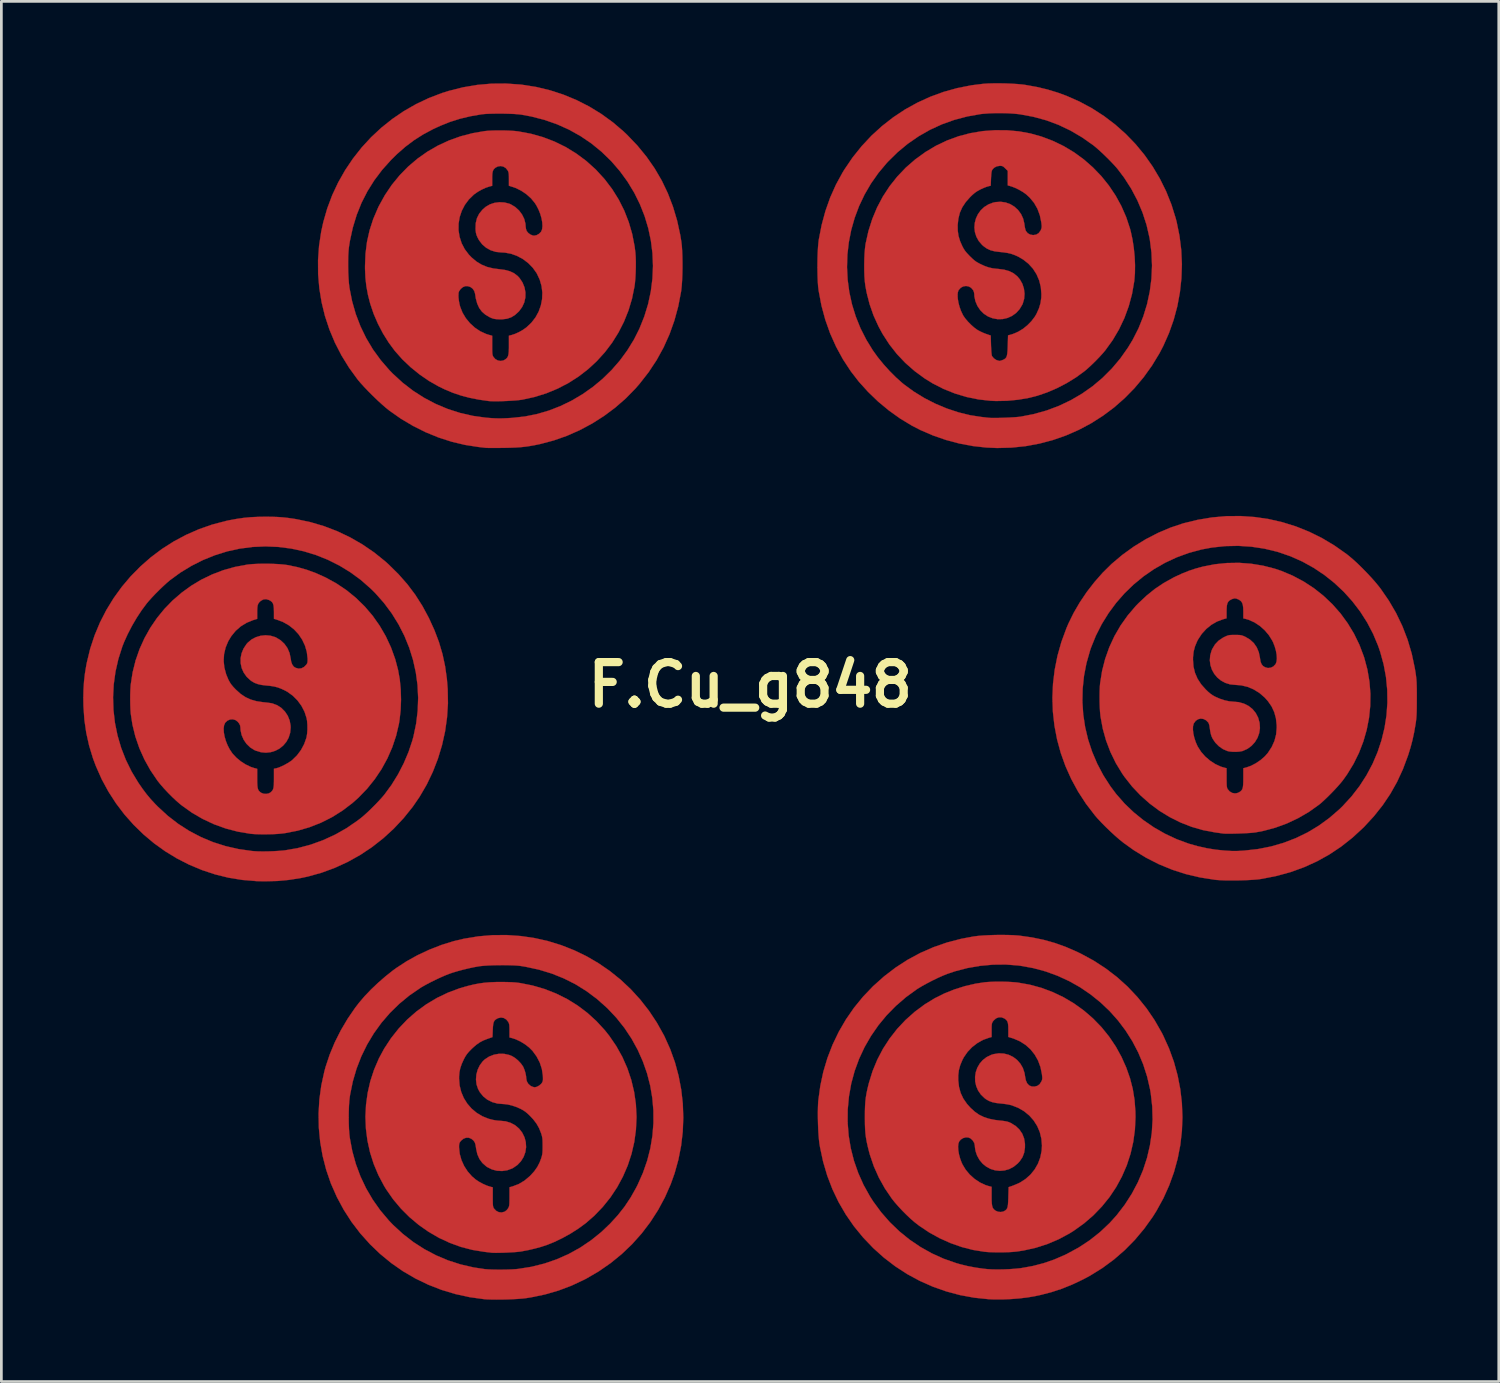
<source format=kicad_pcb>
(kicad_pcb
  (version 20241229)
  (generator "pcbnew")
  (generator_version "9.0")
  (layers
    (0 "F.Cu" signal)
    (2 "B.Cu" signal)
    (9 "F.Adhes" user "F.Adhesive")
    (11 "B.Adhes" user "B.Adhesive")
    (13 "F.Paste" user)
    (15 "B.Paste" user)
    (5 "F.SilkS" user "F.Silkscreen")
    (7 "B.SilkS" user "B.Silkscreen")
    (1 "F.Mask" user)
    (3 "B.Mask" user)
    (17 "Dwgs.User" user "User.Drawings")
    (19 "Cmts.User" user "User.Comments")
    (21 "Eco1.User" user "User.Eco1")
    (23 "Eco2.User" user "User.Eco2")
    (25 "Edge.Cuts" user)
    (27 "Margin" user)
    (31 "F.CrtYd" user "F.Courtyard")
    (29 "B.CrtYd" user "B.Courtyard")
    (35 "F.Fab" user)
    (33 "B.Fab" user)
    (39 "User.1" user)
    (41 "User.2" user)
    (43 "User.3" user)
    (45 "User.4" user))
  (footprint "F.Cu_g848"
    (layer "F.Cu")
    (at 24.455 22.058)
    (property "Reference" "F.Cu_g848" (at 0 0 0) (layer "F.SilkS") (effects (font (size 1.524 1.524) (thickness 0.3))))
    (attr through_hole)
    (fp_poly (pts (xy 9.443 9.17) (xy 9.651 9.177) (xy 9.833 9.19) (xy 9.885 9.196) (xy 10.336 9.26) (xy 10.762 9.349) (xy 11.173 9.465) (xy 11.58 9.612) (xy 11.992 9.792) (xy 12.118 9.853) (xy 12.586 10.107) (xy 13.03 10.395) (xy 13.447 10.714) (xy 13.836 11.065) (xy 14.195 11.446) (xy 14.524 11.854) (xy 14.821 12.289) (xy 15.085 12.75) (xy 15.135 12.848) (xy 15.352 13.328) (xy 15.53 13.818) (xy 15.667 14.318) (xy 15.765 14.824) (xy 15.824 15.334) (xy 15.844 15.846) (xy 15.824 16.357) (xy 15.766 16.866) (xy 15.669 17.368) (xy 15.533 17.863) (xy 15.358 18.348) (xy 15.146 18.82) (xy 14.894 19.278) (xy 14.754 19.502) (xy 14.442 19.937) (xy 14.101 20.344) (xy 13.731 20.72) (xy 13.334 21.065) (xy 12.911 21.377) (xy 12.463 21.655) (xy 12.202 21.795) (xy 11.808 21.982) (xy 11.422 22.138) (xy 11.031 22.266) (xy 10.621 22.371) (xy 10.424 22.413) (xy 10.155 22.458) (xy 9.858 22.493) (xy 9.548 22.517) (xy 9.237 22.53) (xy 8.939 22.53) (xy 8.738 22.521) (xy 8.21 22.466) (xy 7.692 22.371) (xy 7.185 22.235) (xy 6.691 22.061) (xy 6.214 21.849) (xy 5.753 21.6) (xy 5.313 21.314) (xy 4.895 20.994) (xy 4.511 20.649) (xy 4.138 20.259) (xy 3.801 19.847) (xy 3.501 19.413) (xy 3.237 18.959) (xy 3.011 18.485) (xy 2.822 17.991) (xy 2.671 17.479) (xy 2.558 16.95) (xy 2.536 16.817) (xy 2.519 16.675) (xy 2.504 16.5) (xy 2.492 16.303) (xy 2.484 16.092) (xy 2.483 16.046) (xy 3.57 16.046) (xy 3.607 16.52) (xy 3.685 16.989) (xy 3.802 17.448) (xy 3.959 17.897) (xy 4.154 18.333) (xy 4.388 18.753) (xy 4.51 18.943) (xy 4.799 19.335) (xy 5.118 19.699) (xy 5.465 20.033) (xy 5.837 20.335) (xy 6.234 20.604) (xy 6.652 20.839) (xy 7.089 21.037) (xy 7.544 21.197) (xy 7.695 21.24) (xy 7.968 21.307) (xy 8.263 21.363) (xy 8.557 21.405) (xy 8.7 21.419) (xy 8.869 21.429) (xy 9.068 21.432) (xy 9.283 21.429) (xy 9.501 21.42) (xy 9.71 21.405) (xy 9.896 21.386) (xy 9.948 21.379) (xy 10.365 21.303) (xy 10.759 21.2) (xy 11.144 21.067) (xy 11.531 20.899) (xy 11.61 20.861) (xy 12.041 20.627) (xy 12.446 20.36) (xy 12.824 20.06) (xy 13.174 19.73) (xy 13.434 19.442) (xy 13.73 19.057) (xy 13.99 18.652) (xy 14.213 18.23) (xy 14.399 17.792) (xy 14.546 17.341) (xy 14.653 16.88) (xy 14.722 16.411) (xy 14.75 15.935) (xy 14.737 15.457) (xy 14.683 14.977) (xy 14.657 14.826) (xy 14.55 14.36) (xy 14.405 13.91) (xy 14.224 13.477) (xy 14.008 13.064) (xy 13.76 12.672) (xy 13.482 12.303) (xy 13.175 11.959) (xy 12.84 11.641) (xy 12.481 11.351) (xy 12.099 11.09) (xy 11.695 10.862) (xy 11.272 10.667) (xy 10.831 10.506) (xy 10.375 10.383) (xy 9.904 10.298) (xy 9.821 10.287) (xy 9.363 10.252) (xy 8.897 10.257) (xy 8.429 10.3) (xy 7.965 10.38) (xy 7.512 10.498) (xy 7.225 10.594) (xy 7.062 10.66) (xy 6.875 10.743) (xy 6.679 10.838) (xy 6.483 10.94) (xy 6.3 11.041) (xy 6.142 11.136) (xy 6.096 11.166) (xy 5.703 11.452) (xy 5.338 11.768) (xy 5.002 12.11) (xy 4.698 12.478) (xy 4.427 12.869) (xy 4.19 13.28) (xy 3.99 13.709) (xy 3.827 14.154) (xy 3.703 14.609) (xy 3.618 15.088) (xy 3.573 15.567) (xy 3.57 16.046) (xy 2.483 16.046) (xy 2.479 15.877) (xy 2.478 15.669) (xy 2.482 15.476) (xy 2.489 15.309) (xy 2.496 15.229) (xy 2.568 14.699) (xy 2.679 14.181) (xy 2.83 13.677) (xy 3.019 13.189) (xy 3.245 12.718) (xy 3.507 12.267) (xy 3.804 11.837) (xy 4.136 11.431) (xy 4.501 11.049) (xy 4.503 11.047) (xy 4.907 10.686) (xy 5.331 10.362) (xy 5.774 10.075) (xy 6.236 9.827) (xy 6.718 9.616) (xy 7.218 9.443) (xy 7.738 9.308) (xy 8.181 9.225) (xy 8.343 9.204) (xy 8.538 9.188) (xy 8.755 9.177) (xy 8.985 9.169) (xy 9.217 9.167) (xy 9.443 9.17)) (stroke (width 0.01) (type solid)) (fill yes) (layer "F.Cu"))
    (fp_poly (pts (xy -17.543 -6.162) (xy -17.335 -6.155) (xy -17.143 -6.142) (xy -16.953 -6.121) (xy -16.754 -6.093) (xy -16.637 -6.074) (xy -16.128 -5.967) (xy -15.628 -5.819) (xy -15.142 -5.633) (xy -14.671 -5.409) (xy -14.219 -5.149) (xy -13.789 -4.855) (xy -13.384 -4.529) (xy -13.261 -4.418) (xy -12.898 -4.06) (xy -12.573 -3.691) (xy -12.281 -3.303) (xy -12.019 -2.892) (xy -11.783 -2.453) (xy -11.779 -2.445) (xy -11.577 -2.002) (xy -11.412 -1.566) (xy -11.283 -1.128) (xy -11.187 -0.682) (xy -11.122 -0.218) (xy -11.092 0.157) (xy -11.083 0.675) (xy -11.116 1.191) (xy -11.188 1.704) (xy -11.3 2.209) (xy -11.45 2.704) (xy -11.637 3.186) (xy -11.86 3.652) (xy -12.119 4.097) (xy -12.377 4.473) (xy -12.71 4.887) (xy -13.071 5.272) (xy -13.458 5.626) (xy -13.869 5.948) (xy -14.302 6.236) (xy -14.755 6.489) (xy -15.225 6.705) (xy -15.71 6.884) (xy -16.209 7.024) (xy -16.465 7.079) (xy -16.907 7.149) (xy -17.353 7.19) (xy -17.815 7.201) (xy -18.108 7.194) (xy -18.622 7.151) (xy -19.126 7.069) (xy -19.62 6.947) (xy -20.101 6.788) (xy -20.567 6.593) (xy -21.016 6.364) (xy -21.446 6.102) (xy -21.856 5.808) (xy -22.243 5.483) (xy -22.606 5.13) (xy -22.943 4.75) (xy -23.251 4.344) (xy -23.529 3.914) (xy -23.775 3.461) (xy -23.986 2.986) (xy -24.095 2.696) (xy -24.236 2.234) (xy -24.341 1.765) (xy -24.411 1.285) (xy -24.445 0.788) (xy -24.45 0.519) (xy -24.449 0.455) (xy -23.36 0.455) (xy -23.345 0.926) (xy -23.291 1.393) (xy -23.197 1.854) (xy -23.064 2.307) (xy -22.892 2.748) (xy -22.682 3.176) (xy -22.434 3.587) (xy -22.426 3.598) (xy -22.276 3.815) (xy -22.132 4.006) (xy -21.984 4.184) (xy -21.82 4.361) (xy -21.717 4.466) (xy -21.356 4.798) (xy -20.973 5.094) (xy -20.568 5.354) (xy -20.144 5.577) (xy -19.701 5.763) (xy -19.241 5.91) (xy -18.765 6.019) (xy -18.276 6.089) (xy -18.182 6.097) (xy -18.041 6.105) (xy -17.87 6.107) (xy -17.681 6.105) (xy -17.485 6.098) (xy -17.296 6.087) (xy -17.126 6.073) (xy -17.041 6.063) (xy -16.573 5.98) (xy -16.112 5.857) (xy -15.662 5.694) (xy -15.225 5.493) (xy -14.805 5.256) (xy -14.405 4.982) (xy -14.266 4.876) (xy -14.154 4.781) (xy -14.023 4.662) (xy -13.883 4.527) (xy -13.742 4.386) (xy -13.609 4.246) (xy -13.492 4.117) (xy -13.412 4.022) (xy -13.15 3.665) (xy -12.913 3.281) (xy -12.705 2.877) (xy -12.529 2.463) (xy -12.389 2.045) (xy -12.348 1.895) (xy -12.249 1.423) (xy -12.192 0.949) (xy -12.175 0.476) (xy -12.198 0.006) (xy -12.261 -0.458) (xy -12.363 -0.916) (xy -12.502 -1.362) (xy -12.679 -1.797) (xy -12.893 -2.217) (xy -13.142 -2.619) (xy -13.427 -3.002) (xy -13.746 -3.363) (xy -13.908 -3.524) (xy -14.27 -3.842) (xy -14.655 -4.125) (xy -15.06 -4.373) (xy -15.482 -4.585) (xy -15.92 -4.76) (xy -16.37 -4.898) (xy -16.831 -4.997) (xy -17.299 -5.057) (xy -17.772 -5.077) (xy -18.247 -5.056) (xy -18.717 -4.995) (xy -19.174 -4.895) (xy -19.625 -4.754) (xy -20.065 -4.576) (xy -20.491 -4.361) (xy -20.897 -4.114) (xy -21.273 -3.839) (xy -21.386 -3.743) (xy -21.517 -3.623) (xy -21.658 -3.488) (xy -21.8 -3.346) (xy -21.933 -3.206) (xy -22.05 -3.077) (xy -22.127 -2.985) (xy -22.313 -2.735) (xy -22.495 -2.458) (xy -22.667 -2.164) (xy -22.822 -1.865) (xy -22.954 -1.574) (xy -23.019 -1.411) (xy -23.165 -0.952) (xy -23.271 -0.487) (xy -23.336 -0.017) (xy -23.36 0.455) (xy -24.449 0.455) (xy -24.444 0.187) (xy -24.425 -0.119) (xy -24.391 -0.417) (xy -24.341 -0.721) (xy -24.32 -0.826) (xy -24.197 -1.331) (xy -24.035 -1.821) (xy -23.837 -2.294) (xy -23.604 -2.748) (xy -23.338 -3.181) (xy -23.04 -3.593) (xy -22.713 -3.98) (xy -22.357 -4.341) (xy -21.976 -4.676) (xy -21.57 -4.981) (xy -21.141 -5.255) (xy -20.691 -5.496) (xy -20.221 -5.703) (xy -19.734 -5.874) (xy -19.231 -6.007) (xy -19.113 -6.033) (xy -18.835 -6.084) (xy -18.574 -6.122) (xy -18.314 -6.147) (xy -18.041 -6.16) (xy -17.78 -6.164) (xy -17.543 -6.162)) (stroke (width 0.01) (type solid)) (fill yes) (layer "F.Cu"))
    (fp_poly (pts (xy 9.361 -22.049) (xy 9.582 -22.04) (xy 9.79 -22.027) (xy 9.974 -22.01) (xy 10.086 -21.995) (xy 10.504 -21.92) (xy 10.895 -21.827) (xy 11.27 -21.713) (xy 11.589 -21.596) (xy 12.072 -21.383) (xy 12.533 -21.134) (xy 12.97 -20.852) (xy 13.383 -20.538) (xy 13.769 -20.194) (xy 14.128 -19.822) (xy 14.456 -19.424) (xy 14.753 -19.001) (xy 15.018 -18.555) (xy 15.248 -18.089) (xy 15.442 -17.604) (xy 15.598 -17.102) (xy 15.632 -16.97) (xy 15.736 -16.46) (xy 15.8 -15.944) (xy 15.824 -15.426) (xy 15.807 -14.908) (xy 15.751 -14.393) (xy 15.657 -13.884) (xy 15.523 -13.385) (xy 15.351 -12.898) (xy 15.142 -12.426) (xy 15.003 -12.16) (xy 14.727 -11.705) (xy 14.421 -11.278) (xy 14.086 -10.879) (xy 13.724 -10.51) (xy 13.338 -10.171) (xy 12.928 -9.865) (xy 12.497 -9.591) (xy 12.047 -9.351) (xy 11.58 -9.146) (xy 11.097 -8.977) (xy 10.602 -8.846) (xy 10.095 -8.752) (xy 9.578 -8.698) (xy 9.054 -8.684) (xy 8.653 -8.701) (xy 8.159 -8.756) (xy 7.664 -8.849) (xy 7.175 -8.979) (xy 6.699 -9.144) (xy 6.242 -9.341) (xy 5.927 -9.503) (xy 5.497 -9.763) (xy 5.083 -10.059) (xy 4.688 -10.386) (xy 4.319 -10.741) (xy 3.979 -11.118) (xy 3.689 -11.493) (xy 3.398 -11.937) (xy 3.145 -12.401) (xy 2.929 -12.884) (xy 2.751 -13.386) (xy 2.61 -13.907) (xy 2.508 -14.446) (xy 2.505 -14.467) (xy 2.488 -14.608) (xy 2.476 -14.781) (xy 2.468 -14.98) (xy 2.464 -15.195) (xy 2.463 -15.314) (xy 3.547 -15.314) (xy 3.57 -14.856) (xy 3.631 -14.4) (xy 3.73 -13.949) (xy 3.867 -13.506) (xy 4.042 -13.071) (xy 4.256 -12.65) (xy 4.492 -12.266) (xy 4.675 -12.012) (xy 4.883 -11.756) (xy 5.108 -11.507) (xy 5.339 -11.275) (xy 5.568 -11.071) (xy 5.63 -11.02) (xy 5.993 -10.754) (xy 6.38 -10.516) (xy 6.787 -10.308) (xy 7.207 -10.132) (xy 7.635 -9.99) (xy 8.065 -9.885) (xy 8.467 -9.823) (xy 8.564 -9.812) (xy 8.654 -9.801) (xy 8.722 -9.794) (xy 8.742 -9.791) (xy 8.813 -9.787) (xy 8.917 -9.785) (xy 9.047 -9.786) (xy 9.193 -9.789) (xy 9.347 -9.794) (xy 9.5 -9.801) (xy 9.645 -9.809) (xy 9.771 -9.818) (xy 9.871 -9.828) (xy 9.906 -9.832) (xy 10.393 -9.927) (xy 10.864 -10.059) (xy 11.317 -10.229) (xy 11.75 -10.435) (xy 12.162 -10.676) (xy 12.552 -10.95) (xy 12.916 -11.257) (xy 13.254 -11.595) (xy 13.565 -11.964) (xy 13.845 -12.361) (xy 14.019 -12.648) (xy 14.233 -13.069) (xy 14.409 -13.508) (xy 14.548 -13.96) (xy 14.647 -14.423) (xy 14.708 -14.894) (xy 14.729 -15.37) (xy 14.709 -15.846) (xy 14.649 -16.321) (xy 14.636 -16.395) (xy 14.529 -16.861) (xy 14.381 -17.316) (xy 14.194 -17.759) (xy 13.969 -18.186) (xy 13.707 -18.595) (xy 13.476 -18.902) (xy 13.383 -19.011) (xy 13.265 -19.138) (xy 13.131 -19.276) (xy 12.988 -19.416) (xy 12.846 -19.55) (xy 12.712 -19.67) (xy 12.595 -19.768) (xy 12.562 -19.793) (xy 12.154 -20.079) (xy 11.734 -20.325) (xy 11.3 -20.531) (xy 10.851 -20.698) (xy 10.386 -20.825) (xy 9.903 -20.915) (xy 9.832 -20.925) (xy 9.647 -20.943) (xy 9.433 -20.956) (xy 9.204 -20.961) (xy 8.973 -20.96) (xy 8.75 -20.952) (xy 8.55 -20.937) (xy 8.445 -20.926) (xy 7.956 -20.839) (xy 7.482 -20.714) (xy 7.026 -20.551) (xy 6.589 -20.35) (xy 6.172 -20.112) (xy 5.775 -19.838) (xy 5.401 -19.528) (xy 5.05 -19.183) (xy 5.002 -19.131) (xy 4.695 -18.764) (xy 4.423 -18.377) (xy 4.188 -17.972) (xy 3.989 -17.552) (xy 3.827 -17.12) (xy 3.701 -16.677) (xy 3.613 -16.227) (xy 3.561 -15.772) (xy 3.547 -15.314) (xy 2.463 -15.314) (xy 2.463 -15.417) (xy 2.466 -15.639) (xy 2.473 -15.851) (xy 2.484 -16.045) (xy 2.499 -16.213) (xy 2.512 -16.32) (xy 2.617 -16.86) (xy 2.757 -17.376) (xy 2.932 -17.87) (xy 3.143 -18.342) (xy 3.39 -18.793) (xy 3.451 -18.892) (xy 3.753 -19.336) (xy 4.085 -19.75) (xy 4.444 -20.134) (xy 4.83 -20.486) (xy 5.24 -20.806) (xy 5.672 -21.093) (xy 6.126 -21.344) (xy 6.598 -21.56) (xy 7.088 -21.739) (xy 7.594 -21.88) (xy 8.113 -21.982) (xy 8.55 -22.036) (xy 8.72 -22.047) (xy 8.919 -22.052) (xy 9.136 -22.053) (xy 9.361 -22.049)) (stroke (width 0.01) (type solid)) (fill yes) (layer "F.Cu"))
    (fp_poly (pts (xy -8.412 9.208) (xy -7.907 9.282) (xy -7.412 9.394) (xy -6.929 9.543) (xy -6.459 9.728) (xy -6.005 9.947) (xy -5.569 10.201) (xy -5.152 10.487) (xy -4.756 10.805) (xy -4.384 11.154) (xy -4.037 11.534) (xy -3.717 11.942) (xy -3.427 12.379) (xy -3.167 12.843) (xy -3.146 12.885) (xy -2.935 13.354) (xy -2.761 13.838) (xy -2.627 14.334) (xy -2.531 14.839) (xy -2.473 15.351) (xy -2.455 15.866) (xy -2.475 16.381) (xy -2.535 16.894) (xy -2.634 17.401) (xy -2.772 17.899) (xy -2.914 18.299) (xy -3.129 18.786) (xy -3.379 19.251) (xy -3.664 19.693) (xy -3.981 20.11) (xy -4.33 20.501) (xy -4.709 20.863) (xy -5.117 21.196) (xy -5.552 21.498) (xy -6.013 21.767) (xy -6.089 21.806) (xy -6.553 22.024) (xy -7.03 22.204) (xy -7.524 22.347) (xy -8.038 22.454) (xy -8.208 22.481) (xy -8.341 22.497) (xy -8.507 22.51) (xy -8.695 22.521) (xy -8.897 22.529) (xy -9.103 22.534) (xy -9.302 22.535) (xy -9.487 22.533) (xy -9.647 22.528) (xy -9.758 22.52) (xy -10.291 22.446) (xy -10.811 22.332) (xy -11.316 22.18) (xy -11.806 21.989) (xy -12.278 21.761) (xy -12.731 21.496) (xy -13.163 21.195) (xy -13.572 20.859) (xy -13.938 20.508) (xy -14.295 20.11) (xy -14.617 19.688) (xy -14.904 19.242) (xy -15.155 18.776) (xy -15.369 18.29) (xy -15.377 18.271) (xy -15.546 17.778) (xy -15.676 17.273) (xy -15.766 16.76) (xy -15.816 16.24) (xy -15.823 15.862) (xy -14.721 15.862) (xy -14.719 16.077) (xy -14.711 16.282) (xy -14.698 16.464) (xy -14.682 16.605) (xy -14.59 17.094) (xy -14.459 17.567) (xy -14.29 18.022) (xy -14.083 18.458) (xy -13.84 18.873) (xy -13.561 19.268) (xy -13.246 19.64) (xy -13.092 19.801) (xy -12.732 20.132) (xy -12.35 20.428) (xy -11.945 20.688) (xy -11.521 20.912) (xy -11.078 21.099) (xy -10.618 21.247) (xy -10.142 21.357) (xy -9.737 21.418) (xy -9.612 21.428) (xy -9.456 21.435) (xy -9.279 21.438) (xy -9.092 21.438) (xy -8.906 21.435) (xy -8.731 21.428) (xy -8.578 21.418) (xy -8.501 21.41) (xy -8.018 21.333) (xy -7.549 21.215) (xy -7.095 21.059) (xy -6.657 20.865) (xy -6.238 20.633) (xy -5.839 20.364) (xy -5.461 20.06) (xy -5.132 19.746) (xy -4.853 19.44) (xy -4.607 19.127) (xy -4.387 18.797) (xy -4.186 18.44) (xy -4.129 18.329) (xy -3.934 17.889) (xy -3.778 17.441) (xy -3.662 16.985) (xy -3.586 16.525) (xy -3.549 16.063) (xy -3.551 15.602) (xy -3.591 15.143) (xy -3.668 14.689) (xy -3.783 14.243) (xy -3.936 13.807) (xy -4.124 13.383) (xy -4.349 12.973) (xy -4.609 12.581) (xy -4.905 12.208) (xy -5.236 11.857) (xy -5.253 11.841) (xy -5.619 11.515) (xy -6.004 11.227) (xy -6.409 10.975) (xy -6.834 10.761) (xy -7.28 10.582) (xy -7.747 10.44) (xy -8.238 10.334) (xy -8.414 10.305) (xy -8.529 10.292) (xy -8.677 10.283) (xy -8.85 10.278) (xy -9.039 10.275) (xy -9.234 10.276) (xy -9.427 10.28) (xy -9.608 10.287) (xy -9.77 10.298) (xy -9.903 10.311) (xy -9.938 10.316) (xy -10.118 10.348) (xy -10.32 10.391) (xy -10.529 10.441) (xy -10.732 10.496) (xy -10.916 10.551) (xy -11.04 10.594) (xy -11.189 10.653) (xy -11.36 10.728) (xy -11.543 10.814) (xy -11.725 10.904) (xy -11.896 10.994) (xy -12.043 11.077) (xy -12.095 11.11) (xy -12.497 11.386) (xy -12.87 11.694) (xy -13.212 12.029) (xy -13.524 12.391) (xy -13.803 12.778) (xy -14.048 13.187) (xy -14.259 13.618) (xy -14.433 14.067) (xy -14.57 14.534) (xy -14.669 15.017) (xy -14.682 15.102) (xy -14.7 15.256) (xy -14.712 15.44) (xy -14.719 15.646) (xy -14.721 15.862) (xy -15.823 15.862) (xy -15.826 15.719) (xy -15.796 15.197) (xy -15.725 14.68) (xy -15.613 14.169) (xy -15.566 13.996) (xy -15.417 13.55) (xy -15.231 13.103) (xy -15.01 12.664) (xy -14.759 12.239) (xy -14.483 11.836) (xy -14.341 11.652) (xy -14.137 11.413) (xy -13.903 11.168) (xy -13.646 10.924) (xy -13.376 10.689) (xy -13.102 10.471) (xy -12.975 10.379) (xy -12.596 10.131) (xy -12.188 9.905) (xy -11.758 9.705) (xy -11.316 9.533) (xy -10.869 9.394) (xy -10.492 9.305) (xy -9.967 9.219) (xy -9.444 9.175) (xy -8.925 9.172) (xy -8.412 9.208)) (stroke (width 0.01) (type solid)) (fill yes) (layer "F.Cu"))
    (fp_poly (pts (xy 18.498 -6.153) (xy 19.011 -6.077) (xy 19.516 -5.961) (xy 20.012 -5.806) (xy 20.496 -5.611) (xy 20.966 -5.378) (xy 21.421 -5.106) (xy 21.859 -4.797) (xy 21.932 -4.74) (xy 22.083 -4.613) (xy 22.251 -4.461) (xy 22.427 -4.289) (xy 22.605 -4.107) (xy 22.777 -3.923) (xy 22.934 -3.744) (xy 23.069 -3.578) (xy 23.105 -3.531) (xy 23.411 -3.088) (xy 23.679 -2.628) (xy 23.908 -2.15) (xy 24.098 -1.656) (xy 24.25 -1.144) (xy 24.362 -0.616) (xy 24.387 -0.466) (xy 24.402 -0.365) (xy 24.413 -0.274) (xy 24.422 -0.186) (xy 24.428 -0.092) (xy 24.432 0.014) (xy 24.435 0.14) (xy 24.436 0.292) (xy 24.436 0.478) (xy 24.436 0.508) (xy 24.435 0.703) (xy 24.434 0.864) (xy 24.431 0.995) (xy 24.426 1.106) (xy 24.42 1.201) (xy 24.411 1.289) (xy 24.4 1.377) (xy 24.39 1.44) (xy 24.338 1.74) (xy 24.279 2.015) (xy 24.209 2.282) (xy 24.124 2.56) (xy 24.109 2.603) (xy 23.926 3.093) (xy 23.712 3.556) (xy 23.465 3.995) (xy 23.183 4.414) (xy 22.864 4.815) (xy 22.507 5.202) (xy 22.47 5.239) (xy 22.076 5.602) (xy 21.663 5.928) (xy 21.23 6.217) (xy 20.777 6.469) (xy 20.304 6.684) (xy 19.809 6.863) (xy 19.292 7.005) (xy 18.754 7.111) (xy 18.723 7.116) (xy 18.589 7.133) (xy 18.423 7.146) (xy 18.232 7.157) (xy 18.026 7.164) (xy 17.813 7.169) (xy 17.603 7.169) (xy 17.405 7.167) (xy 17.227 7.16) (xy 17.078 7.15) (xy 17.029 7.144) (xy 16.489 7.059) (xy 15.968 6.936) (xy 15.467 6.775) (xy 14.983 6.576) (xy 14.516 6.339) (xy 14.064 6.062) (xy 13.696 5.799) (xy 13.545 5.679) (xy 13.378 5.534) (xy 13.203 5.373) (xy 13.029 5.205) (xy 12.865 5.039) (xy 12.72 4.883) (xy 12.632 4.78) (xy 12.307 4.356) (xy 12.019 3.913) (xy 11.769 3.454) (xy 11.557 2.981) (xy 11.383 2.495) (xy 11.248 2) (xy 11.152 1.497) (xy 11.095 0.988) (xy 11.082 0.614) (xy 12.176 0.614) (xy 12.207 1.084) (xy 12.277 1.548) (xy 12.386 2.006) (xy 12.534 2.454) (xy 12.72 2.891) (xy 12.943 3.313) (xy 13.204 3.719) (xy 13.414 4) (xy 13.718 4.347) (xy 14.054 4.669) (xy 14.419 4.964) (xy 14.807 5.23) (xy 15.216 5.463) (xy 15.641 5.661) (xy 16.078 5.822) (xy 16.396 5.912) (xy 16.736 5.988) (xy 17.062 6.041) (xy 17.378 6.073) (xy 17.52 6.082) (xy 17.632 6.089) (xy 17.728 6.091) (xy 17.818 6.091) (xy 17.917 6.087) (xy 18.036 6.08) (xy 18.119 6.074) (xy 18.612 6.019) (xy 19.091 5.924) (xy 19.555 5.79) (xy 20.002 5.618) (xy 20.432 5.409) (xy 20.842 5.162) (xy 21.232 4.878) (xy 21.6 4.559) (xy 21.717 4.445) (xy 22.043 4.09) (xy 22.335 3.712) (xy 22.591 3.315) (xy 22.812 2.9) (xy 22.996 2.47) (xy 23.143 2.028) (xy 23.253 1.576) (xy 23.325 1.117) (xy 23.358 0.652) (xy 23.352 0.185) (xy 23.307 -0.283) (xy 23.221 -0.748) (xy 23.095 -1.208) (xy 23.018 -1.432) (xy 22.835 -1.87) (xy 22.615 -2.29) (xy 22.361 -2.688) (xy 22.074 -3.063) (xy 21.759 -3.413) (xy 21.415 -3.736) (xy 21.047 -4.029) (xy 20.655 -4.291) (xy 20.243 -4.52) (xy 19.812 -4.712) (xy 19.365 -4.867) (xy 19.318 -4.881) (xy 18.849 -4.994) (xy 18.372 -5.066) (xy 17.891 -5.097) (xy 17.408 -5.087) (xy 16.927 -5.035) (xy 16.535 -4.962) (xy 16.078 -4.838) (xy 15.635 -4.676) (xy 15.21 -4.478) (xy 14.803 -4.245) (xy 14.418 -3.979) (xy 14.056 -3.682) (xy 13.72 -3.357) (xy 13.411 -3.004) (xy 13.132 -2.626) (xy 12.884 -2.225) (xy 12.67 -1.803) (xy 12.492 -1.362) (xy 12.457 -1.259) (xy 12.325 -0.796) (xy 12.235 -0.328) (xy 12.186 0.143) (xy 12.176 0.614) (xy 11.082 0.614) (xy 11.077 0.475) (xy 11.099 -0.039) (xy 11.161 -0.554) (xy 11.263 -1.066) (xy 11.406 -1.573) (xy 11.59 -2.074) (xy 11.662 -2.244) (xy 11.853 -2.633) (xy 12.08 -3.023) (xy 12.337 -3.405) (xy 12.62 -3.77) (xy 12.921 -4.113) (xy 13.237 -4.424) (xy 13.255 -4.441) (xy 13.646 -4.77) (xy 14.062 -5.07) (xy 14.496 -5.337) (xy 14.946 -5.57) (xy 15.405 -5.765) (xy 15.871 -5.921) (xy 15.882 -5.924) (xy 16.406 -6.052) (xy 16.931 -6.139) (xy 17.456 -6.185) (xy 17.979 -6.189) (xy 18.498 -6.153)) (stroke (width 0.01) (type solid)) (fill yes) (layer "F.Cu"))
    (fp_poly (pts (xy -8.421 -22.008) (xy -8.362 -22.001) (xy -7.847 -21.92) (xy -7.341 -21.798) (xy -6.846 -21.637) (xy -6.366 -21.438) (xy -5.903 -21.202) (xy -5.459 -20.93) (xy -5.036 -20.623) (xy -4.638 -20.283) (xy -4.512 -20.163) (xy -4.138 -19.771) (xy -3.802 -19.361) (xy -3.505 -18.934) (xy -3.244 -18.487) (xy -3.021 -18.02) (xy -2.834 -17.532) (xy -2.682 -17.023) (xy -2.566 -16.49) (xy -2.526 -16.245) (xy -2.509 -16.098) (xy -2.497 -15.918) (xy -2.489 -15.713) (xy -2.485 -15.493) (xy -2.485 -15.266) (xy -2.49 -15.041) (xy -2.499 -14.827) (xy -2.512 -14.633) (xy -2.529 -14.468) (xy -2.537 -14.415) (xy -2.641 -13.874) (xy -2.783 -13.353) (xy -2.962 -12.852) (xy -3.178 -12.371) (xy -3.432 -11.909) (xy -3.724 -11.467) (xy -4.053 -11.045) (xy -4.209 -10.865) (xy -4.565 -10.501) (xy -4.951 -10.165) (xy -5.364 -9.857) (xy -5.799 -9.581) (xy -6.253 -9.338) (xy -6.722 -9.131) (xy -7.203 -8.962) (xy -7.692 -8.832) (xy -7.715 -8.827) (xy -7.907 -8.787) (xy -8.081 -8.756) (xy -8.247 -8.732) (xy -8.415 -8.714) (xy -8.594 -8.702) (xy -8.795 -8.694) (xy -9.026 -8.689) (xy -9.059 -8.689) (xy -9.215 -8.687) (xy -9.36 -8.687) (xy -9.488 -8.687) (xy -9.592 -8.687) (xy -9.666 -8.689) (xy -9.705 -8.691) (xy -9.705 -8.691) (xy -9.754 -8.697) (xy -9.832 -8.706) (xy -9.925 -8.717) (xy -9.97 -8.722) (xy -10.458 -8.798) (xy -10.945 -8.914) (xy -11.427 -9.069) (xy -11.901 -9.263) (xy -12.361 -9.493) (xy -12.806 -9.757) (xy -13.229 -10.054) (xy -13.361 -10.16) (xy -13.512 -10.292) (xy -13.675 -10.441) (xy -13.841 -10.602) (xy -14.004 -10.765) (xy -14.156 -10.924) (xy -14.29 -11.072) (xy -14.395 -11.197) (xy -14.709 -11.629) (xy -14.987 -12.08) (xy -15.227 -12.547) (xy -15.428 -13.028) (xy -15.591 -13.521) (xy -15.714 -14.024) (xy -15.798 -14.535) (xy -15.842 -15.052) (xy -15.845 -15.536) (xy -14.742 -15.536) (xy -14.742 -15.329) (xy -14.738 -15.12) (xy -14.728 -14.919) (xy -14.715 -14.735) (xy -14.697 -14.578) (xy -14.693 -14.552) (xy -14.597 -14.065) (xy -14.463 -13.596) (xy -14.29 -13.144) (xy -14.08 -12.712) (xy -13.834 -12.299) (xy -13.55 -11.908) (xy -13.231 -11.539) (xy -13.104 -11.408) (xy -12.743 -11.077) (xy -12.36 -10.782) (xy -11.955 -10.523) (xy -11.532 -10.3) (xy -11.092 -10.115) (xy -10.637 -9.969) (xy -10.169 -9.862) (xy -9.689 -9.795) (xy -9.493 -9.78) (xy -9.372 -9.773) (xy -9.263 -9.77) (xy -9.156 -9.769) (xy -9.04 -9.772) (xy -8.904 -9.778) (xy -8.739 -9.788) (xy -8.71 -9.79) (xy -8.259 -9.84) (xy -7.813 -9.93) (xy -7.377 -10.058) (xy -6.952 -10.224) (xy -6.541 -10.424) (xy -6.146 -10.658) (xy -5.77 -10.923) (xy -5.416 -11.217) (xy -5.086 -11.54) (xy -4.782 -11.889) (xy -4.508 -12.262) (xy -4.265 -12.657) (xy -4.064 -13.057) (xy -3.884 -13.507) (xy -3.744 -13.964) (xy -3.645 -14.427) (xy -3.586 -14.893) (xy -3.566 -15.36) (xy -3.585 -15.825) (xy -3.643 -16.286) (xy -3.739 -16.74) (xy -3.873 -17.186) (xy -4.045 -17.621) (xy -4.253 -18.042) (xy -4.498 -18.447) (xy -4.78 -18.834) (xy -5.097 -19.201) (xy -5.103 -19.207) (xy -5.453 -19.546) (xy -5.826 -19.851) (xy -6.223 -20.12) (xy -6.642 -20.354) (xy -7.083 -20.552) (xy -7.543 -20.713) (xy -8.024 -20.837) (xy -8.397 -20.906) (xy -8.51 -20.919) (xy -8.656 -20.93) (xy -8.826 -20.937) (xy -9.009 -20.942) (xy -9.199 -20.944) (xy -9.384 -20.942) (xy -9.557 -20.938) (xy -9.708 -20.931) (xy -9.828 -20.92) (xy -9.853 -20.917) (xy -10.261 -20.846) (xy -10.642 -20.755) (xy -11.008 -20.639) (xy -11.369 -20.494) (xy -11.631 -20.373) (xy -11.992 -20.18) (xy -12.327 -19.967) (xy -12.646 -19.727) (xy -12.956 -19.455) (xy -13.166 -19.248) (xy -13.493 -18.884) (xy -13.783 -18.5) (xy -14.035 -18.097) (xy -14.251 -17.674) (xy -14.429 -17.23) (xy -14.571 -16.764) (xy -14.677 -16.278) (xy -14.714 -16.044) (xy -14.728 -15.904) (xy -14.738 -15.731) (xy -14.742 -15.536) (xy -15.845 -15.536) (xy -15.845 -15.573) (xy -15.808 -16.096) (xy -15.729 -16.618) (xy -15.652 -16.968) (xy -15.507 -17.471) (xy -15.324 -17.957) (xy -15.104 -18.425) (xy -14.85 -18.872) (xy -14.563 -19.298) (xy -14.246 -19.7) (xy -13.899 -20.077) (xy -13.524 -20.426) (xy -13.123 -20.746) (xy -12.699 -21.035) (xy -12.252 -21.291) (xy -11.784 -21.513) (xy -11.297 -21.699) (xy -11.047 -21.777) (xy -10.53 -21.907) (xy -10.01 -21.995) (xy -9.486 -22.041) (xy -8.957 -22.045) (xy -8.421 -22.008)) (stroke (width 0.01) (type solid)) (fill yes) (layer "F.Cu"))
    (fp_poly (pts (xy 9.354 10.883) (xy 9.552 10.892) (xy 9.726 10.905) (xy 9.804 10.913) (xy 10.245 10.991) (xy 10.676 11.108) (xy 11.092 11.264) (xy 11.491 11.455) (xy 11.871 11.681) (xy 12.23 11.939) (xy 12.565 12.228) (xy 12.874 12.546) (xy 13.154 12.892) (xy 13.403 13.263) (xy 13.609 13.638) (xy 13.785 14.032) (xy 13.922 14.422) (xy 14.023 14.813) (xy 14.088 15.215) (xy 14.119 15.634) (xy 14.123 15.843) (xy 14.102 16.303) (xy 14.041 16.753) (xy 13.941 17.19) (xy 13.803 17.613) (xy 13.627 18.02) (xy 13.416 18.409) (xy 13.17 18.778) (xy 12.89 19.124) (xy 12.578 19.447) (xy 12.235 19.743) (xy 11.861 20.011) (xy 11.705 20.109) (xy 11.314 20.32) (xy 10.901 20.496) (xy 10.47 20.635) (xy 10.024 20.735) (xy 9.773 20.774) (xy 9.638 20.787) (xy 9.474 20.797) (xy 9.29 20.802) (xy 9.099 20.804) (xy 8.913 20.801) (xy 8.742 20.795) (xy 8.6 20.784) (xy 8.583 20.782) (xy 8.167 20.715) (xy 7.75 20.608) (xy 7.339 20.463) (xy 6.94 20.284) (xy 6.556 20.072) (xy 6.195 19.83) (xy 6.021 19.695) (xy 5.884 19.577) (xy 5.734 19.435) (xy 5.579 19.28) (xy 5.43 19.12) (xy 5.296 18.967) (xy 5.193 18.838) (xy 4.936 18.461) (xy 4.715 18.065) (xy 4.531 17.652) (xy 4.386 17.227) (xy 4.352 17.102) (xy 4.309 16.93) (xy 7.619 16.93) (xy 7.627 17.063) (xy 7.652 17.21) (xy 7.693 17.362) (xy 7.749 17.513) (xy 7.78 17.58) (xy 7.897 17.774) (xy 8.047 17.953) (xy 8.221 18.109) (xy 8.414 18.239) (xy 8.617 18.335) (xy 8.743 18.375) (xy 8.848 18.402) (xy 8.848 18.742) (xy 8.849 18.893) (xy 8.855 19.009) (xy 8.867 19.096) (xy 8.886 19.161) (xy 8.916 19.21) (xy 8.957 19.25) (xy 8.994 19.277) (xy 9.08 19.314) (xy 9.179 19.325) (xy 9.273 19.309) (xy 9.31 19.292) (xy 9.358 19.261) (xy 9.393 19.228) (xy 9.419 19.186) (xy 9.436 19.13) (xy 9.448 19.052) (xy 9.455 18.945) (xy 9.461 18.804) (xy 9.461 18.779) (xy 9.472 18.414) (xy 9.643 18.354) (xy 9.879 18.252) (xy 10.09 18.117) (xy 10.273 17.954) (xy 10.426 17.765) (xy 10.547 17.554) (xy 10.633 17.325) (xy 10.682 17.08) (xy 10.694 16.891) (xy 10.673 16.637) (xy 10.615 16.396) (xy 10.519 16.172) (xy 10.39 15.968) (xy 10.229 15.787) (xy 10.039 15.631) (xy 9.821 15.505) (xy 9.583 15.412) (xy 9.5 15.392) (xy 9.392 15.372) (xy 9.273 15.356) (xy 9.191 15.348) (xy 9.015 15.328) (xy 8.871 15.297) (xy 8.75 15.252) (xy 8.643 15.19) (xy 8.593 15.153) (xy 8.455 15.02) (xy 8.352 14.87) (xy 8.283 14.707) (xy 8.246 14.538) (xy 8.242 14.367) (xy 8.268 14.198) (xy 8.324 14.037) (xy 8.409 13.888) (xy 8.522 13.757) (xy 8.662 13.648) (xy 8.828 13.566) (xy 8.921 13.537) (xy 9.113 13.507) (xy 9.3 13.517) (xy 9.476 13.562) (xy 9.638 13.641) (xy 9.781 13.75) (xy 9.901 13.886) (xy 9.994 14.046) (xy 10.054 14.227) (xy 10.074 14.348) (xy 10.102 14.495) (xy 10.151 14.607) (xy 10.223 14.683) (xy 10.315 14.723) (xy 10.425 14.727) (xy 10.528 14.699) (xy 10.609 14.639) (xy 10.67 14.545) (xy 10.692 14.498) (xy 10.703 14.456) (xy 10.706 14.407) (xy 10.7 14.338) (xy 10.692 14.268) (xy 10.639 14.01) (xy 10.551 13.772) (xy 10.429 13.556) (xy 10.277 13.364) (xy 10.096 13.201) (xy 9.888 13.068) (xy 9.657 12.968) (xy 9.607 12.952) (xy 9.461 12.908) (xy 9.461 12.654) (xy 9.459 12.522) (xy 9.45 12.424) (xy 9.432 12.353) (xy 9.401 12.3) (xy 9.356 12.256) (xy 9.316 12.229) (xy 9.213 12.188) (xy 9.11 12.187) (xy 9.012 12.225) (xy 8.925 12.301) (xy 8.895 12.34) (xy 8.875 12.374) (xy 8.861 12.411) (xy 8.853 12.461) (xy 8.849 12.532) (xy 8.848 12.633) (xy 8.848 12.66) (xy 8.848 12.91) (xy 8.758 12.934) (xy 8.535 13.014) (xy 8.325 13.132) (xy 8.132 13.281) (xy 7.965 13.456) (xy 7.829 13.652) (xy 7.78 13.745) (xy 7.698 13.94) (xy 7.647 14.126) (xy 7.625 14.317) (xy 7.625 14.496) (xy 7.653 14.74) (xy 7.714 14.963) (xy 7.811 15.168) (xy 7.946 15.363) (xy 8.075 15.506) (xy 8.229 15.647) (xy 8.388 15.758) (xy 8.56 15.843) (xy 8.752 15.906) (xy 8.971 15.95) (xy 9.13 15.97) (xy 9.257 15.983) (xy 9.351 15.997) (xy 9.424 16.012) (xy 9.485 16.032) (xy 9.545 16.059) (xy 9.554 16.063) (xy 9.728 16.17) (xy 9.867 16.302) (xy 9.972 16.456) (xy 10.04 16.632) (xy 10.071 16.827) (xy 10.07 16.964) (xy 10.042 17.149) (xy 9.981 17.312) (xy 9.882 17.46) (xy 9.806 17.544) (xy 9.656 17.666) (xy 9.493 17.752) (xy 9.322 17.801) (xy 9.148 17.816) (xy 8.977 17.797) (xy 8.812 17.747) (xy 8.658 17.665) (xy 8.521 17.555) (xy 8.405 17.417) (xy 8.314 17.252) (xy 8.265 17.109) (xy 8.247 17.024) (xy 8.236 16.94) (xy 8.234 16.9) (xy 8.214 16.799) (xy 8.157 16.703) (xy 8.081 16.63) (xy 7.998 16.593) (xy 7.903 16.588) (xy 7.806 16.614) (xy 7.721 16.666) (xy 7.661 16.735) (xy 7.63 16.818) (xy 7.619 16.93) (xy 4.309 16.93) (xy 4.306 16.915) (xy 4.269 16.751) (xy 4.242 16.598) (xy 4.223 16.447) (xy 4.211 16.287) (xy 4.204 16.108) (xy 4.202 15.9) (xy 4.202 15.843) (xy 4.203 15.626) (xy 4.209 15.44) (xy 4.22 15.277) (xy 4.237 15.124) (xy 4.262 14.973) (xy 4.296 14.812) (xy 4.34 14.632) (xy 4.351 14.59) (xy 4.485 14.157) (xy 4.657 13.741) (xy 4.865 13.343) (xy 5.109 12.967) (xy 5.385 12.613) (xy 5.693 12.285) (xy 6.03 11.985) (xy 6.395 11.714) (xy 6.763 11.489) (xy 7.111 11.315) (xy 7.485 11.165) (xy 7.873 11.043) (xy 8.263 10.953) (xy 8.598 10.902) (xy 8.756 10.89) (xy 8.944 10.882) (xy 9.147 10.88) (xy 9.354 10.883)) (stroke (width 0.01) (type solid)) (fill yes) (layer "F.Cu"))
    (fp_poly (pts (xy -17.661 -4.441) (xy -17.458 -4.435) (xy -17.267 -4.425) (xy -17.099 -4.41) (xy -16.976 -4.394) (xy -16.605 -4.318) (xy -16.258 -4.22) (xy -15.919 -4.095) (xy -15.573 -3.939) (xy -15.568 -3.937) (xy -15.17 -3.718) (xy -14.797 -3.467) (xy -14.451 -3.184) (xy -14.132 -2.872) (xy -13.843 -2.533) (xy -13.586 -2.168) (xy -13.361 -1.781) (xy -13.171 -1.373) (xy -13.017 -0.946) (xy -12.912 -0.549) (xy -12.85 -0.205) (xy -12.814 0.162) (xy -12.803 0.54) (xy -12.817 0.917) (xy -12.857 1.282) (xy -12.881 1.431) (xy -12.983 1.864) (xy -13.124 2.286) (xy -13.303 2.695) (xy -13.518 3.088) (xy -13.768 3.46) (xy -14.05 3.81) (xy -14.363 4.134) (xy -14.584 4.331) (xy -14.947 4.607) (xy -15.331 4.848) (xy -15.735 5.052) (xy -16.157 5.218) (xy -16.593 5.345) (xy -17.043 5.433) (xy -17.166 5.449) (xy -17.301 5.462) (xy -17.464 5.472) (xy -17.643 5.477) (xy -17.827 5.479) (xy -18.005 5.477) (xy -18.165 5.471) (xy -18.297 5.461) (xy -18.32 5.459) (xy -18.779 5.382) (xy -19.225 5.266) (xy -19.656 5.111) (xy -20.069 4.918) (xy -20.464 4.689) (xy -20.837 4.423) (xy -20.903 4.37) (xy -21.04 4.252) (xy -21.19 4.111) (xy -21.344 3.956) (xy -21.493 3.797) (xy -21.626 3.644) (xy -21.73 3.514) (xy -21.988 3.134) (xy -22.21 2.736) (xy -22.395 2.323) (xy -22.542 1.896) (xy -22.614 1.603) (xy -19.306 1.603) (xy -19.299 1.742) (xy -19.272 1.894) (xy -19.226 2.053) (xy -19.163 2.212) (xy -19.085 2.363) (xy -18.993 2.501) (xy -18.971 2.529) (xy -18.834 2.674) (xy -18.672 2.807) (xy -18.494 2.921) (xy -18.313 3.007) (xy -18.185 3.049) (xy -18.076 3.077) (xy -18.076 3.428) (xy -18.075 3.577) (xy -18.07 3.691) (xy -18.059 3.777) (xy -18.04 3.84) (xy -18.012 3.887) (xy -17.972 3.926) (xy -17.923 3.96) (xy -17.84 3.991) (xy -17.743 3.997) (xy -17.65 3.978) (xy -17.577 3.936) (xy -17.577 3.935) (xy -17.537 3.895) (xy -17.507 3.854) (xy -17.487 3.806) (xy -17.474 3.744) (xy -17.466 3.659) (xy -17.463 3.546) (xy -17.462 3.422) (xy -17.462 3.074) (xy -17.383 3.059) (xy -17.298 3.035) (xy -17.19 2.99) (xy -17.072 2.933) (xy -16.955 2.867) (xy -16.85 2.8) (xy -16.79 2.754) (xy -16.616 2.584) (xy -16.469 2.386) (xy -16.353 2.169) (xy -16.273 1.942) (xy -16.268 1.922) (xy -16.246 1.792) (xy -16.235 1.637) (xy -16.236 1.476) (xy -16.247 1.324) (xy -16.265 1.22) (xy -16.34 0.987) (xy -16.453 0.768) (xy -16.598 0.57) (xy -16.772 0.396) (xy -16.97 0.253) (xy -17.058 0.205) (xy -17.197 0.14) (xy -17.326 0.092) (xy -17.46 0.058) (xy -17.612 0.035) (xy -17.739 0.023) (xy -17.911 0.003) (xy -18.051 -0.028) (xy -18.17 -0.072) (xy -18.277 -0.134) (xy -18.319 -0.164) (xy -18.463 -0.298) (xy -18.571 -0.451) (xy -18.645 -0.618) (xy -18.682 -0.795) (xy -18.684 -0.976) (xy -18.649 -1.156) (xy -18.577 -1.33) (xy -18.469 -1.494) (xy -18.422 -1.547) (xy -18.286 -1.662) (xy -18.127 -1.747) (xy -17.952 -1.8) (xy -17.771 -1.819) (xy -17.589 -1.803) (xy -17.415 -1.751) (xy -17.389 -1.739) (xy -17.22 -1.637) (xy -17.078 -1.505) (xy -16.967 -1.348) (xy -16.89 -1.169) (xy -16.851 -0.98) (xy -16.828 -0.843) (xy -16.789 -0.74) (xy -16.734 -0.668) (xy -16.671 -0.627) (xy -16.562 -0.596) (xy -16.456 -0.607) (xy -16.358 -0.657) (xy -16.27 -0.746) (xy -16.269 -0.748) (xy -16.245 -0.787) (xy -16.232 -0.832) (xy -16.228 -0.897) (xy -16.229 -0.968) (xy -16.257 -1.209) (xy -16.324 -1.44) (xy -16.427 -1.658) (xy -16.561 -1.857) (xy -16.725 -2.034) (xy -16.915 -2.184) (xy -17.127 -2.304) (xy -17.302 -2.372) (xy -17.462 -2.422) (xy -17.462 -2.674) (xy -17.466 -2.81) (xy -17.477 -2.911) (xy -17.499 -2.985) (xy -17.536 -3.04) (xy -17.59 -3.083) (xy -17.642 -3.111) (xy -17.748 -3.143) (xy -17.849 -3.133) (xy -17.943 -3.081) (xy -17.952 -3.075) (xy -18.002 -3.026) (xy -18.037 -2.975) (xy -18.06 -2.913) (xy -18.071 -2.83) (xy -18.076 -2.717) (xy -18.076 -2.662) (xy -18.076 -2.421) (xy -18.23 -2.373) (xy -18.466 -2.276) (xy -18.679 -2.145) (xy -18.867 -1.981) (xy -19.027 -1.784) (xy -19.136 -1.604) (xy -19.233 -1.373) (xy -19.29 -1.132) (xy -19.306 -0.887) (xy -19.281 -0.639) (xy -19.215 -0.391) (xy -19.132 -0.191) (xy -19.08 -0.095) (xy -19.024 -0.011) (xy -18.954 0.073) (xy -18.862 0.17) (xy -18.687 0.328) (xy -18.507 0.449) (xy -18.314 0.538) (xy -18.101 0.599) (xy -17.86 0.635) (xy -17.847 0.636) (xy -17.74 0.647) (xy -17.64 0.66) (xy -17.559 0.672) (xy -17.516 0.681) (xy -17.342 0.747) (xy -17.188 0.848) (xy -17.059 0.978) (xy -16.957 1.131) (xy -16.887 1.303) (xy -16.852 1.49) (xy -16.849 1.566) (xy -16.868 1.759) (xy -16.923 1.934) (xy -17.009 2.09) (xy -17.122 2.224) (xy -17.257 2.334) (xy -17.411 2.415) (xy -17.579 2.467) (xy -17.756 2.486) (xy -17.939 2.469) (xy -18.123 2.414) (xy -18.181 2.388) (xy -18.336 2.29) (xy -18.468 2.161) (xy -18.573 2.008) (xy -18.647 1.838) (xy -18.686 1.658) (xy -18.69 1.574) (xy -18.701 1.491) (xy -18.738 1.415) (xy -18.792 1.349) (xy -18.875 1.288) (xy -18.972 1.262) (xy -19.072 1.269) (xy -19.165 1.309) (xy -19.243 1.381) (xy -19.252 1.393) (xy -19.291 1.485) (xy -19.306 1.603) (xy -22.614 1.603) (xy -22.649 1.461) (xy -22.711 1.054) (xy -22.722 0.909) (xy -22.729 0.736) (xy -22.732 0.548) (xy -22.731 0.357) (xy -22.725 0.178) (xy -22.715 0.023) (xy -22.711 -0.017) (xy -22.642 -0.462) (xy -22.534 -0.894) (xy -22.389 -1.311) (xy -22.209 -1.71) (xy -21.996 -2.09) (xy -21.752 -2.448) (xy -21.478 -2.784) (xy -21.177 -3.094) (xy -20.85 -3.377) (xy -20.499 -3.632) (xy -20.126 -3.856) (xy -19.732 -4.047) (xy -19.321 -4.204) (xy -18.893 -4.324) (xy -18.451 -4.407) (xy -18.396 -4.414) (xy -18.244 -4.428) (xy -18.064 -4.437) (xy -17.867 -4.442) (xy -17.661 -4.441)) (stroke (width 0.01) (type solid)) (fill yes) (layer "F.Cu"))
    (fp_poly (pts (xy -9.022 -20.325) (xy -8.827 -20.318) (xy -8.649 -20.307) (xy -8.5 -20.291) (xy -8.498 -20.29) (xy -8.043 -20.205) (xy -7.602 -20.081) (xy -7.177 -19.919) (xy -6.77 -19.719) (xy -6.384 -19.483) (xy -6.019 -19.213) (xy -5.679 -18.908) (xy -5.65 -18.879) (xy -5.339 -18.539) (xy -5.063 -18.176) (xy -4.823 -17.791) (xy -4.62 -17.388) (xy -4.455 -16.966) (xy -4.328 -16.529) (xy -4.24 -16.078) (xy -4.211 -15.845) (xy -4.2 -15.688) (xy -4.195 -15.502) (xy -4.196 -15.3) (xy -4.202 -15.094) (xy -4.213 -14.896) (xy -4.229 -14.719) (xy -4.244 -14.607) (xy -4.335 -14.158) (xy -4.465 -13.726) (xy -4.631 -13.312) (xy -4.832 -12.918) (xy -5.065 -12.545) (xy -5.329 -12.196) (xy -5.623 -11.872) (xy -5.944 -11.575) (xy -6.291 -11.307) (xy -6.662 -11.069) (xy -7.055 -10.864) (xy -7.469 -10.692) (xy -7.902 -10.556) (xy -8.353 -10.457) (xy -8.371 -10.454) (xy -8.47 -10.441) (xy -8.599 -10.428) (xy -8.749 -10.418) (xy -8.91 -10.409) (xy -9.075 -10.402) (xy -9.233 -10.398) (xy -9.377 -10.397) (xy -9.497 -10.4) (xy -9.584 -10.405) (xy -9.588 -10.406) (xy -9.958 -10.459) (xy -10.295 -10.526) (xy -10.609 -10.609) (xy -10.91 -10.711) (xy -11.205 -10.835) (xy -11.425 -10.942) (xy -11.778 -11.143) (xy -12.122 -11.38) (xy -12.451 -11.646) (xy -12.756 -11.936) (xy -13.029 -12.244) (xy -13.03 -12.245) (xy -13.255 -12.549) (xy -13.464 -12.884) (xy -13.649 -13.238) (xy -13.806 -13.601) (xy -13.928 -13.961) (xy -13.934 -13.981) (xy -14.016 -14.301) (xy -14.018 -14.314) (xy -10.699 -14.314) (xy -10.697 -14.208) (xy -10.683 -14.085) (xy -10.66 -13.959) (xy -10.635 -13.864) (xy -10.549 -13.646) (xy -10.427 -13.442) (xy -10.274 -13.257) (xy -10.096 -13.095) (xy -9.898 -12.963) (xy -9.684 -12.865) (xy -9.59 -12.835) (xy -9.461 -12.799) (xy -9.461 -12.448) (xy -9.461 -12.315) (xy -9.459 -12.218) (xy -9.455 -12.148) (xy -9.448 -12.099) (xy -9.437 -12.063) (xy -9.422 -12.032) (xy -9.419 -12.028) (xy -9.347 -11.945) (xy -9.256 -11.894) (xy -9.155 -11.875) (xy -9.054 -11.892) (xy -8.994 -11.923) (xy -8.944 -11.96) (xy -8.906 -12.002) (xy -8.88 -12.055) (xy -8.863 -12.125) (xy -8.853 -12.22) (xy -8.848 -12.345) (xy -8.848 -12.459) (xy -8.848 -12.801) (xy -8.747 -12.826) (xy -8.619 -12.869) (xy -8.476 -12.934) (xy -8.336 -13.014) (xy -8.212 -13.101) (xy -8.208 -13.104) (xy -8.025 -13.276) (xy -7.874 -13.471) (xy -7.758 -13.683) (xy -7.677 -13.909) (xy -7.631 -14.143) (xy -7.622 -14.382) (xy -7.651 -14.621) (xy -7.718 -14.855) (xy -7.824 -15.08) (xy -7.834 -15.097) (xy -7.972 -15.292) (xy -8.14 -15.464) (xy -8.332 -15.609) (xy -8.542 -15.723) (xy -8.764 -15.804) (xy -8.993 -15.847) (xy -9.126 -15.854) (xy -9.326 -15.874) (xy -9.513 -15.932) (xy -9.681 -16.025) (xy -9.827 -16.15) (xy -9.945 -16.305) (xy -9.997 -16.401) (xy -10.034 -16.488) (xy -10.056 -16.569) (xy -10.068 -16.663) (xy -10.071 -16.723) (xy -10.064 -16.927) (xy -10.019 -17.111) (xy -9.936 -17.276) (xy -9.815 -17.424) (xy -9.695 -17.528) (xy -9.544 -17.616) (xy -9.374 -17.672) (xy -9.193 -17.695) (xy -9.011 -17.685) (xy -8.837 -17.641) (xy -8.778 -17.616) (xy -8.617 -17.519) (xy -8.478 -17.393) (xy -8.367 -17.245) (xy -8.286 -17.081) (xy -8.242 -16.907) (xy -8.234 -16.796) (xy -8.223 -16.719) (xy -8.198 -16.643) (xy -8.195 -16.637) (xy -8.139 -16.568) (xy -8.061 -16.51) (xy -7.975 -16.475) (xy -7.927 -16.468) (xy -7.834 -16.486) (xy -7.744 -16.536) (xy -7.672 -16.608) (xy -7.668 -16.614) (xy -7.631 -16.703) (xy -7.618 -16.819) (xy -7.626 -16.957) (xy -7.653 -17.108) (xy -7.699 -17.267) (xy -7.762 -17.425) (xy -7.841 -17.578) (xy -7.898 -17.667) (xy -8.035 -17.834) (xy -8.204 -17.986) (xy -8.394 -18.115) (xy -8.595 -18.215) (xy -8.692 -18.249) (xy -8.848 -18.298) (xy -8.848 -18.539) (xy -8.849 -18.649) (xy -8.853 -18.726) (xy -8.861 -18.782) (xy -8.876 -18.826) (xy -8.894 -18.862) (xy -8.963 -18.947) (xy -9.053 -19.001) (xy -9.154 -19.021) (xy -9.257 -19.005) (xy -9.335 -18.965) (xy -9.385 -18.923) (xy -9.42 -18.877) (xy -9.443 -18.816) (xy -9.456 -18.734) (xy -9.461 -18.622) (xy -9.461 -18.547) (xy -9.461 -18.296) (xy -9.567 -18.269) (xy -9.698 -18.225) (xy -9.842 -18.159) (xy -9.984 -18.079) (xy -10.109 -17.993) (xy -10.135 -17.972) (xy -10.317 -17.795) (xy -10.465 -17.595) (xy -10.577 -17.378) (xy -10.654 -17.148) (xy -10.693 -16.909) (xy -10.695 -16.666) (xy -10.656 -16.422) (xy -10.578 -16.183) (xy -10.577 -16.182) (xy -10.467 -15.972) (xy -10.318 -15.775) (xy -10.215 -15.668) (xy -10.037 -15.519) (xy -9.848 -15.405) (xy -9.644 -15.321) (xy -9.416 -15.266) (xy -9.207 -15.24) (xy -8.992 -15.211) (xy -8.81 -15.162) (xy -8.658 -15.09) (xy -8.531 -14.993) (xy -8.458 -14.915) (xy -8.348 -14.749) (xy -8.276 -14.571) (xy -8.242 -14.388) (xy -8.245 -14.203) (xy -8.285 -14.023) (xy -8.363 -13.853) (xy -8.477 -13.698) (xy -8.489 -13.685) (xy -8.624 -13.562) (xy -8.764 -13.476) (xy -8.917 -13.423) (xy -9.092 -13.402) (xy -9.206 -13.402) (xy -9.309 -13.408) (xy -9.386 -13.418) (xy -9.45 -13.435) (xy -9.519 -13.463) (xy -9.558 -13.482) (xy -9.713 -13.574) (xy -9.838 -13.684) (xy -9.936 -13.816) (xy -10.009 -13.976) (xy -10.061 -14.166) (xy -10.087 -14.336) (xy -10.119 -14.442) (xy -10.18 -14.528) (xy -10.264 -14.589) (xy -10.362 -14.619) (xy -10.448 -14.617) (xy -10.535 -14.582) (xy -10.614 -14.517) (xy -10.672 -14.436) (xy -10.69 -14.392) (xy -10.699 -14.314) (xy -14.018 -14.314) (xy -14.073 -14.61) (xy -14.108 -14.924) (xy -14.123 -15.257) (xy -14.123 -15.356) (xy -14.105 -15.809) (xy -14.05 -16.245) (xy -13.955 -16.667) (xy -13.822 -17.079) (xy -13.648 -17.486) (xy -13.618 -17.55) (xy -13.394 -17.955) (xy -13.139 -18.333) (xy -12.853 -18.682) (xy -12.54 -19.002) (xy -12.2 -19.291) (xy -11.836 -19.548) (xy -11.448 -19.772) (xy -11.04 -19.96) (xy -10.613 -20.113) (xy -10.168 -20.228) (xy -9.737 -20.302) (xy -9.592 -20.315) (xy -9.416 -20.323) (xy -9.223 -20.326) (xy -9.022 -20.325)) (stroke (width 0.01) (type solid)) (fill yes) (layer "F.Cu"))
    (fp_poly (pts (xy 9.424 -20.331) (xy 9.852 -20.292) (xy 10.268 -20.216) (xy 10.675 -20.102) (xy 11.08 -19.949) (xy 11.089 -19.946) (xy 11.491 -19.752) (xy 11.872 -19.523) (xy 12.231 -19.261) (xy 12.564 -18.969) (xy 12.871 -18.65) (xy 13.148 -18.305) (xy 13.394 -17.938) (xy 13.606 -17.551) (xy 13.783 -17.146) (xy 13.922 -16.726) (xy 13.95 -16.619) (xy 14.013 -16.328) (xy 14.06 -16.019) (xy 14.092 -15.702) (xy 14.106 -15.389) (xy 14.102 -15.091) (xy 14.08 -14.818) (xy 14.077 -14.796) (xy 13.996 -14.331) (xy 13.875 -13.882) (xy 13.716 -13.449) (xy 13.519 -13.034) (xy 13.286 -12.639) (xy 13.017 -12.266) (xy 12.918 -12.149) (xy 12.796 -12.015) (xy 12.659 -11.874) (xy 12.519 -11.737) (xy 12.383 -11.611) (xy 12.263 -11.508) (xy 12.245 -11.494) (xy 11.934 -11.268) (xy 11.597 -11.061) (xy 11.245 -10.878) (xy 10.884 -10.723) (xy 10.523 -10.6) (xy 10.223 -10.523) (xy 9.824 -10.454) (xy 9.416 -10.415) (xy 9.012 -10.407) (xy 8.816 -10.415) (xy 8.373 -10.464) (xy 7.936 -10.553) (xy 7.507 -10.681) (xy 7.091 -10.847) (xy 6.694 -11.049) (xy 6.402 -11.229) (xy 6.026 -11.504) (xy 5.684 -11.805) (xy 5.374 -12.132) (xy 5.096 -12.487) (xy 4.849 -12.87) (xy 4.701 -13.144) (xy 4.519 -13.544) (xy 4.375 -13.957) (xy 4.291 -14.285) (xy 7.6 -14.285) (xy 7.608 -14.155) (xy 7.632 -14.012) (xy 7.671 -13.862) (xy 7.724 -13.714) (xy 7.789 -13.575) (xy 7.813 -13.531) (xy 7.885 -13.429) (xy 7.981 -13.316) (xy 8.093 -13.203) (xy 8.207 -13.101) (xy 8.315 -13.022) (xy 8.338 -13.007) (xy 8.428 -12.959) (xy 8.535 -12.909) (xy 8.639 -12.868) (xy 8.645 -12.866) (xy 8.816 -12.807) (xy 8.826 -12.452) (xy 8.832 -12.317) (xy 8.839 -12.203) (xy 8.848 -12.117) (xy 8.858 -12.064) (xy 8.862 -12.054) (xy 8.931 -11.97) (xy 9.024 -11.908) (xy 9.126 -11.878) (xy 9.138 -11.876) (xy 9.173 -11.883) (xy 9.228 -11.901) (xy 9.25 -11.909) (xy 9.308 -11.935) (xy 9.353 -11.967) (xy 9.386 -12.009) (xy 9.408 -12.067) (xy 9.423 -12.149) (xy 9.433 -12.258) (xy 9.439 -12.403) (xy 9.44 -12.445) (xy 9.451 -12.814) (xy 9.557 -12.841) (xy 9.625 -12.863) (xy 9.714 -12.898) (xy 9.809 -12.941) (xy 9.842 -12.958) (xy 10.004 -13.057) (xy 10.164 -13.187) (xy 10.31 -13.337) (xy 10.432 -13.497) (xy 10.493 -13.601) (xy 10.584 -13.804) (xy 10.642 -13.999) (xy 10.67 -14.202) (xy 10.673 -14.33) (xy 10.652 -14.586) (xy 10.592 -14.828) (xy 10.495 -15.053) (xy 10.364 -15.258) (xy 10.2 -15.439) (xy 10.005 -15.594) (xy 9.811 -15.706) (xy 9.683 -15.762) (xy 9.561 -15.805) (xy 9.432 -15.835) (xy 9.283 -15.857) (xy 9.139 -15.872) (xy 8.958 -15.895) (xy 8.808 -15.934) (xy 8.679 -15.993) (xy 8.561 -16.076) (xy 8.501 -16.128) (xy 8.377 -16.272) (xy 8.29 -16.429) (xy 8.237 -16.596) (xy 8.218 -16.766) (xy 8.231 -16.936) (xy 8.275 -17.101) (xy 8.348 -17.256) (xy 8.448 -17.396) (xy 8.575 -17.516) (xy 8.726 -17.612) (xy 8.9 -17.679) (xy 8.992 -17.699) (xy 9.181 -17.711) (xy 9.363 -17.685) (xy 9.533 -17.623) (xy 9.687 -17.529) (xy 9.819 -17.407) (xy 9.927 -17.26) (xy 10.005 -17.091) (xy 10.049 -16.904) (xy 10.052 -16.876) (xy 10.065 -16.786) (xy 10.083 -16.704) (xy 10.103 -16.645) (xy 10.105 -16.641) (xy 10.17 -16.56) (xy 10.261 -16.508) (xy 10.371 -16.489) (xy 10.372 -16.489) (xy 10.484 -16.507) (xy 10.573 -16.561) (xy 10.64 -16.651) (xy 10.651 -16.672) (xy 10.671 -16.724) (xy 10.682 -16.77) (xy 10.684 -16.823) (xy 10.677 -16.896) (xy 10.67 -16.954) (xy 10.617 -17.215) (xy 10.528 -17.455) (xy 10.404 -17.672) (xy 10.244 -17.865) (xy 10.115 -17.984) (xy 9.998 -18.068) (xy 9.858 -18.15) (xy 9.712 -18.221) (xy 9.577 -18.273) (xy 9.562 -18.277) (xy 9.44 -18.312) (xy 9.44 -18.844) (xy 9.348 -18.936) (xy 9.292 -18.989) (xy 9.249 -19.016) (xy 9.201 -19.027) (xy 9.152 -19.029) (xy 9.035 -19.01) (xy 8.937 -18.957) (xy 8.875 -18.888) (xy 8.858 -18.852) (xy 8.845 -18.8) (xy 8.836 -18.724) (xy 8.829 -18.617) (xy 8.826 -18.566) (xy 8.816 -18.301) (xy 8.71 -18.274) (xy 8.642 -18.252) (xy 8.553 -18.217) (xy 8.458 -18.174) (xy 8.424 -18.157) (xy 8.324 -18.102) (xy 8.236 -18.042) (xy 8.147 -17.966) (xy 8.064 -17.886) (xy 7.899 -17.7) (xy 7.773 -17.51) (xy 7.684 -17.31) (xy 7.629 -17.092) (xy 7.604 -16.858) (xy 7.607 -16.649) (xy 7.635 -16.455) (xy 7.694 -16.264) (xy 7.772 -16.087) (xy 7.82 -15.996) (xy 7.871 -15.917) (xy 7.934 -15.839) (xy 8.018 -15.749) (xy 8.052 -15.714) (xy 8.145 -15.625) (xy 8.221 -15.558) (xy 8.295 -15.505) (xy 8.378 -15.458) (xy 8.445 -15.424) (xy 8.603 -15.352) (xy 8.745 -15.303) (xy 8.888 -15.271) (xy 9.049 -15.252) (xy 9.088 -15.25) (xy 9.308 -15.221) (xy 9.497 -15.167) (xy 9.658 -15.085) (xy 9.794 -14.973) (xy 9.885 -14.864) (xy 9.976 -14.703) (xy 10.033 -14.525) (xy 10.055 -14.339) (xy 10.041 -14.154) (xy 9.99 -13.978) (xy 9.975 -13.943) (xy 9.874 -13.775) (xy 9.747 -13.635) (xy 9.597 -13.527) (xy 9.431 -13.452) (xy 9.254 -13.411) (xy 9.069 -13.407) (xy 8.884 -13.441) (xy 8.717 -13.506) (xy 8.563 -13.607) (xy 8.432 -13.738) (xy 8.327 -13.894) (xy 8.254 -14.066) (xy 8.216 -14.247) (xy 8.213 -14.326) (xy 8.201 -14.399) (xy 8.172 -14.47) (xy 8.17 -14.473) (xy 8.098 -14.557) (xy 8.007 -14.607) (xy 7.908 -14.624) (xy 7.808 -14.608) (xy 7.716 -14.558) (xy 7.641 -14.475) (xy 7.639 -14.473) (xy 7.61 -14.394) (xy 7.6 -14.285) (xy 4.291 -14.285) (xy 4.265 -14.388) (xy 4.219 -14.637) (xy 4.2 -14.79) (xy 4.186 -14.975) (xy 4.179 -15.18) (xy 4.178 -15.397) (xy 4.182 -15.614) (xy 4.191 -15.821) (xy 4.207 -16.007) (xy 4.227 -16.163) (xy 4.229 -16.173) (xy 4.332 -16.636) (xy 4.473 -17.079) (xy 4.649 -17.501) (xy 4.861 -17.902) (xy 5.108 -18.28) (xy 5.389 -18.634) (xy 5.702 -18.962) (xy 6.048 -19.264) (xy 6.426 -19.537) (xy 6.426 -19.537) (xy 6.814 -19.768) (xy 7.219 -19.96) (xy 7.64 -20.114) (xy 8.075 -20.228) (xy 8.522 -20.302) (xy 8.976 -20.335) (xy 9.424 -20.331)) (stroke (width 0.01) (type solid)) (fill yes) (layer "F.Cu"))
    (fp_poly (pts (xy 18.366 -4.441) (xy 18.804 -4.369) (xy 19.231 -4.259) (xy 19.468 -4.179) (xy 19.889 -4.002) (xy 20.289 -3.789) (xy 20.665 -3.543) (xy 21.017 -3.264) (xy 21.342 -2.956) (xy 21.637 -2.621) (xy 21.902 -2.259) (xy 22.135 -1.874) (xy 22.333 -1.467) (xy 22.494 -1.04) (xy 22.509 -0.995) (xy 22.625 -0.559) (xy 22.7 -0.118) (xy 22.735 0.326) (xy 22.729 0.77) (xy 22.684 1.211) (xy 22.599 1.647) (xy 22.476 2.075) (xy 22.315 2.492) (xy 22.116 2.896) (xy 21.879 3.283) (xy 21.731 3.491) (xy 21.648 3.594) (xy 21.541 3.717) (xy 21.418 3.851) (xy 21.286 3.988) (xy 21.153 4.12) (xy 21.027 4.24) (xy 20.916 4.34) (xy 20.858 4.387) (xy 20.486 4.653) (xy 20.09 4.884) (xy 19.676 5.079) (xy 19.247 5.236) (xy 18.807 5.354) (xy 18.521 5.408) (xy 18.438 5.418) (xy 18.326 5.428) (xy 18.191 5.436) (xy 18.043 5.443) (xy 17.889 5.449) (xy 17.737 5.453) (xy 17.597 5.455) (xy 17.475 5.455) (xy 17.379 5.453) (xy 17.325 5.448) (xy 17.278 5.441) (xy 17.201 5.43) (xy 17.105 5.417) (xy 17.029 5.406) (xy 16.599 5.325) (xy 16.178 5.203) (xy 15.769 5.043) (xy 15.375 4.846) (xy 14.998 4.615) (xy 14.642 4.35) (xy 14.309 4.054) (xy 14.001 3.729) (xy 13.722 3.375) (xy 13.633 3.247) (xy 13.4 2.864) (xy 13.204 2.46) (xy 13.044 2.039) (xy 12.934 1.644) (xy 16.228 1.644) (xy 16.244 1.784) (xy 16.278 1.936) (xy 16.328 2.09) (xy 16.392 2.238) (xy 16.408 2.268) (xy 16.529 2.456) (xy 16.681 2.629) (xy 16.858 2.78) (xy 17.051 2.905) (xy 17.252 2.997) (xy 17.357 3.029) (xy 17.462 3.056) (xy 17.463 3.407) (xy 17.463 3.539) (xy 17.465 3.636) (xy 17.469 3.706) (xy 17.476 3.755) (xy 17.487 3.791) (xy 17.502 3.822) (xy 17.505 3.826) (xy 17.577 3.908) (xy 17.672 3.962) (xy 17.769 3.979) (xy 17.847 3.968) (xy 17.92 3.939) (xy 17.923 3.937) (xy 17.975 3.902) (xy 18.014 3.863) (xy 18.042 3.815) (xy 18.06 3.75) (xy 18.07 3.662) (xy 18.075 3.545) (xy 18.076 3.407) (xy 18.076 3.056) (xy 18.185 3.028) (xy 18.36 2.966) (xy 18.539 2.872) (xy 18.712 2.754) (xy 18.866 2.619) (xy 18.979 2.49) (xy 19.119 2.274) (xy 19.219 2.051) (xy 19.279 1.816) (xy 19.3 1.566) (xy 19.298 1.471) (xy 19.271 1.224) (xy 19.21 0.999) (xy 19.113 0.791) (xy 18.978 0.596) (xy 18.86 0.464) (xy 18.668 0.298) (xy 18.457 0.167) (xy 18.231 0.072) (xy 17.994 0.016) (xy 17.783 0) (xy 17.59 -0.019) (xy 17.414 -0.074) (xy 17.257 -0.159) (xy 17.121 -0.271) (xy 17.009 -0.406) (xy 16.925 -0.558) (xy 16.87 -0.724) (xy 16.848 -0.9) (xy 16.862 -1.08) (xy 16.913 -1.26) (xy 16.939 -1.318) (xy 17.039 -1.484) (xy 17.167 -1.619) (xy 17.327 -1.728) (xy 17.378 -1.754) (xy 17.45 -1.788) (xy 17.507 -1.81) (xy 17.562 -1.823) (xy 17.628 -1.829) (xy 17.718 -1.831) (xy 17.769 -1.831) (xy 17.875 -1.83) (xy 17.951 -1.826) (xy 18.01 -1.816) (xy 18.064 -1.799) (xy 18.127 -1.772) (xy 18.145 -1.764) (xy 18.319 -1.661) (xy 18.46 -1.532) (xy 18.567 -1.378) (xy 18.643 -1.197) (xy 18.686 -0.989) (xy 18.688 -0.972) (xy 18.709 -0.848) (xy 18.745 -0.758) (xy 18.798 -0.693) (xy 18.873 -0.646) (xy 18.977 -0.618) (xy 19.081 -0.629) (xy 19.176 -0.675) (xy 19.253 -0.754) (xy 19.263 -0.768) (xy 19.294 -0.855) (xy 19.306 -0.97) (xy 19.297 -1.106) (xy 19.271 -1.255) (xy 19.227 -1.409) (xy 19.168 -1.56) (xy 19.135 -1.626) (xy 19.011 -1.825) (xy 18.858 -2.005) (xy 18.682 -2.161) (xy 18.49 -2.288) (xy 18.287 -2.381) (xy 18.177 -2.414) (xy 18.076 -2.439) (xy 18.076 -2.683) (xy 18.072 -2.825) (xy 18.058 -2.932) (xy 18.031 -3.012) (xy 17.988 -3.071) (xy 17.927 -3.117) (xy 17.896 -3.133) (xy 17.819 -3.164) (xy 17.755 -3.171) (xy 17.687 -3.154) (xy 17.64 -3.135) (xy 17.572 -3.097) (xy 17.524 -3.05) (xy 17.491 -2.988) (xy 17.472 -2.902) (xy 17.464 -2.786) (xy 17.462 -2.694) (xy 17.462 -2.441) (xy 17.33 -2.404) (xy 17.111 -2.322) (xy 16.905 -2.203) (xy 16.717 -2.051) (xy 16.553 -1.871) (xy 16.419 -1.668) (xy 16.382 -1.598) (xy 16.302 -1.405) (xy 16.253 -1.215) (xy 16.232 -1.012) (xy 16.231 -0.921) (xy 16.249 -0.67) (xy 16.305 -0.439) (xy 16.398 -0.224) (xy 16.53 -0.021) (xy 16.689 0.159) (xy 16.787 0.254) (xy 16.87 0.324) (xy 16.95 0.38) (xy 17.039 0.43) (xy 17.06 0.44) (xy 17.225 0.512) (xy 17.395 0.567) (xy 17.558 0.602) (xy 17.693 0.614) (xy 17.905 0.633) (xy 18.098 0.687) (xy 18.269 0.773) (xy 18.415 0.89) (xy 18.533 1.034) (xy 18.62 1.203) (xy 18.673 1.396) (xy 18.673 1.396) (xy 18.685 1.585) (xy 18.658 1.768) (xy 18.596 1.941) (xy 18.501 2.098) (xy 18.377 2.234) (xy 18.228 2.344) (xy 18.057 2.421) (xy 18.039 2.427) (xy 17.937 2.446) (xy 17.812 2.455) (xy 17.68 2.453) (xy 17.56 2.44) (xy 17.493 2.425) (xy 17.332 2.356) (xy 17.183 2.252) (xy 17.053 2.122) (xy 16.952 1.974) (xy 16.909 1.88) (xy 16.885 1.801) (xy 16.864 1.701) (xy 16.849 1.601) (xy 16.849 1.601) (xy 16.83 1.48) (xy 16.803 1.399) (xy 16.792 1.38) (xy 16.707 1.296) (xy 16.612 1.249) (xy 16.513 1.236) (xy 16.417 1.259) (xy 16.332 1.316) (xy 16.265 1.406) (xy 16.254 1.429) (xy 16.231 1.522) (xy 16.228 1.644) (xy 12.934 1.644) (xy 12.923 1.605) (xy 12.841 1.161) (xy 12.838 1.133) (xy 12.823 0.983) (xy 12.813 0.805) (xy 12.807 0.609) (xy 12.806 0.409) (xy 12.809 0.216) (xy 12.817 0.044) (xy 12.827 -0.065) (xy 12.899 -0.515) (xy 13.011 -0.953) (xy 13.162 -1.378) (xy 13.351 -1.787) (xy 13.577 -2.177) (xy 13.839 -2.547) (xy 14.135 -2.893) (xy 14.235 -2.996) (xy 14.532 -3.275) (xy 14.835 -3.519) (xy 15.155 -3.733) (xy 15.5 -3.926) (xy 15.586 -3.969) (xy 15.838 -4.085) (xy 16.075 -4.18) (xy 16.312 -4.259) (xy 16.568 -4.329) (xy 16.599 -4.337) (xy 17.034 -4.422) (xy 17.476 -4.467) (xy 17.922 -4.474) (xy 18.366 -4.441)) (stroke (width 0.01) (type solid)) (fill yes) (layer "F.Cu"))
    (fp_poly (pts (xy -8.919 10.895) (xy -8.739 10.901) (xy -8.586 10.912) (xy -8.451 10.929) (xy -8.445 10.929) (xy -7.988 11.02) (xy -7.546 11.148) (xy -7.122 11.314) (xy -6.717 11.515) (xy -6.334 11.752) (xy -5.974 12.023) (xy -5.639 12.327) (xy -5.33 12.663) (xy -5.169 12.866) (xy -4.911 13.243) (xy -4.69 13.639) (xy -4.507 14.053) (xy -4.363 14.481) (xy -4.258 14.921) (xy -4.193 15.371) (xy -4.17 15.827) (xy -4.17 15.854) (xy -4.191 16.309) (xy -4.252 16.756) (xy -4.353 17.193) (xy -4.492 17.618) (xy -4.669 18.027) (xy -4.881 18.419) (xy -5.128 18.791) (xy -5.409 19.14) (xy -5.722 19.465) (xy -6.032 19.735) (xy -6.295 19.928) (xy -6.585 20.113) (xy -6.89 20.282) (xy -7.197 20.429) (xy -7.44 20.527) (xy -7.654 20.598) (xy -7.893 20.664) (xy -8.14 20.722) (xy -8.378 20.767) (xy -8.424 20.775) (xy -8.511 20.785) (xy -8.625 20.795) (xy -8.759 20.803) (xy -8.903 20.811) (xy -9.05 20.817) (xy -9.19 20.82) (xy -9.315 20.822) (xy -9.417 20.821) (xy -9.486 20.817) (xy -9.493 20.816) (xy -9.542 20.809) (xy -9.62 20.8) (xy -9.713 20.789) (xy -9.758 20.784) (xy -10.186 20.714) (xy -10.607 20.605) (xy -11.016 20.456) (xy -11.412 20.272) (xy -11.791 20.052) (xy -12.151 19.8) (xy -12.489 19.516) (xy -12.802 19.204) (xy -13.088 18.864) (xy -13.344 18.498) (xy -13.422 18.371) (xy -13.633 17.973) (xy -13.805 17.562) (xy -13.939 17.139) (xy -13.99 16.904) (xy -10.676 16.904) (xy -10.675 16.972) (xy -10.65 17.199) (xy -10.587 17.423) (xy -10.489 17.639) (xy -10.359 17.84) (xy -10.202 18.018) (xy -10.073 18.129) (xy -9.945 18.215) (xy -9.801 18.293) (xy -9.656 18.357) (xy -9.54 18.395) (xy -9.44 18.42) (xy -9.44 18.774) (xy -9.44 18.906) (xy -9.438 19.002) (xy -9.435 19.07) (xy -9.428 19.119) (xy -9.418 19.154) (xy -9.404 19.183) (xy -9.392 19.2) (xy -9.315 19.282) (xy -9.22 19.33) (xy -9.116 19.342) (xy -9.011 19.315) (xy -8.996 19.307) (xy -8.937 19.263) (xy -8.884 19.201) (xy -8.874 19.185) (xy -8.857 19.151) (xy -8.844 19.116) (xy -8.835 19.071) (xy -8.83 19.01) (xy -8.828 18.924) (xy -8.827 18.806) (xy -8.827 18.76) (xy -8.826 18.418) (xy -8.705 18.383) (xy -8.484 18.298) (xy -8.277 18.174) (xy -8.083 18.011) (xy -8.064 17.992) (xy -7.919 17.833) (xy -7.807 17.674) (xy -7.72 17.504) (xy -7.668 17.367) (xy -7.645 17.293) (xy -7.629 17.228) (xy -7.619 17.16) (xy -7.614 17.078) (xy -7.612 16.971) (xy -7.612 16.902) (xy -7.613 16.777) (xy -7.616 16.683) (xy -7.623 16.61) (xy -7.636 16.544) (xy -7.655 16.476) (xy -7.668 16.436) (xy -7.742 16.251) (xy -7.836 16.085) (xy -7.957 15.926) (xy -8.065 15.811) (xy -8.162 15.717) (xy -8.248 15.646) (xy -8.333 15.59) (xy -8.424 15.541) (xy -8.578 15.473) (xy -8.738 15.42) (xy -8.892 15.383) (xy -9.027 15.367) (xy -9.047 15.367) (xy -9.264 15.349) (xy -9.461 15.295) (xy -9.636 15.208) (xy -9.786 15.089) (xy -9.909 14.939) (xy -9.977 14.818) (xy -10.034 14.649) (xy -10.055 14.469) (xy -10.041 14.288) (xy -9.994 14.111) (xy -9.916 13.947) (xy -9.809 13.803) (xy -9.733 13.731) (xy -9.574 13.627) (xy -9.397 13.558) (xy -9.21 13.524) (xy -9.021 13.527) (xy -8.836 13.568) (xy -8.735 13.609) (xy -8.624 13.676) (xy -8.511 13.77) (xy -8.41 13.877) (xy -8.333 13.985) (xy -8.321 14.007) (xy -8.278 14.11) (xy -8.242 14.228) (xy -8.219 14.344) (xy -8.213 14.421) (xy -8.193 14.528) (xy -8.139 14.624) (xy -8.058 14.697) (xy -8.033 14.711) (xy -7.97 14.737) (xy -7.918 14.751) (xy -7.904 14.753) (xy -7.826 14.736) (xy -7.743 14.692) (xy -7.671 14.633) (xy -7.641 14.595) (xy -7.618 14.553) (xy -7.605 14.513) (xy -7.6 14.462) (xy -7.601 14.389) (xy -7.604 14.321) (xy -7.64 14.081) (xy -7.716 13.847) (xy -7.833 13.622) (xy -7.982 13.418) (xy -8.104 13.295) (xy -8.255 13.178) (xy -8.423 13.075) (xy -8.594 12.994) (xy -8.722 12.952) (xy -8.826 12.925) (xy -8.827 12.68) (xy -8.828 12.57) (xy -8.832 12.492) (xy -8.84 12.436) (xy -8.854 12.393) (xy -8.874 12.353) (xy -8.946 12.266) (xy -9.036 12.212) (xy -9.138 12.195) (xy -9.243 12.217) (xy -9.269 12.229) (xy -9.33 12.265) (xy -9.374 12.306) (xy -9.404 12.36) (xy -9.423 12.434) (xy -9.434 12.537) (xy -9.44 12.649) (xy -9.451 12.913) (xy -9.626 12.974) (xy -9.784 13.035) (xy -9.92 13.107) (xy -10.047 13.196) (xy -10.178 13.311) (xy -10.226 13.357) (xy -10.315 13.449) (xy -10.381 13.527) (xy -10.434 13.605) (xy -10.485 13.696) (xy -10.506 13.738) (xy -10.58 13.902) (xy -10.63 14.048) (xy -10.66 14.191) (xy -10.674 14.347) (xy -10.675 14.436) (xy -10.655 14.686) (xy -10.596 14.925) (xy -10.502 15.148) (xy -10.375 15.351) (xy -10.217 15.533) (xy -10.032 15.688) (xy -9.823 15.814) (xy -9.592 15.907) (xy -9.436 15.947) (xy -9.34 15.964) (xy -9.244 15.976) (xy -9.169 15.981) (xy -9.167 15.981) (xy -8.967 16) (xy -8.783 16.057) (xy -8.617 16.147) (xy -8.475 16.268) (xy -8.36 16.416) (xy -8.276 16.587) (xy -8.23 16.76) (xy -8.218 16.949) (xy -8.246 17.133) (xy -8.31 17.307) (xy -8.408 17.465) (xy -8.537 17.601) (xy -8.695 17.71) (xy -8.732 17.729) (xy -8.91 17.795) (xy -9.097 17.822) (xy -9.286 17.812) (xy -9.469 17.764) (xy -9.638 17.68) (xy -9.677 17.654) (xy -9.819 17.529) (xy -9.928 17.381) (xy -10.005 17.207) (xy -10.05 17.005) (xy -10.055 16.967) (xy -10.073 16.854) (xy -10.1 16.772) (xy -10.143 16.709) (xy -10.207 16.654) (xy -10.223 16.642) (xy -10.317 16.602) (xy -10.415 16.601) (xy -10.512 16.637) (xy -10.601 16.709) (xy -10.634 16.75) (xy -10.658 16.79) (xy -10.671 16.837) (xy -10.676 16.904) (xy -13.99 16.904) (xy -14.034 16.708) (xy -14.09 16.271) (xy -14.108 15.831) (xy -14.086 15.392) (xy -14.026 14.956) (xy -13.928 14.526) (xy -13.79 14.105) (xy -13.614 13.695) (xy -13.422 13.338) (xy -13.17 12.954) (xy -12.887 12.597) (xy -12.575 12.269) (xy -12.236 11.972) (xy -11.872 11.707) (xy -11.485 11.476) (xy -11.078 11.281) (xy -10.652 11.122) (xy -10.363 11.039) (xy -10.145 10.986) (xy -9.944 10.947) (xy -9.747 10.92) (xy -9.542 10.903) (xy -9.318 10.894) (xy -9.133 10.892) (xy -8.919 10.895)) (stroke (width 0.01) (type solid)) (fill yes) (layer "F.Cu")))
  (gr_rect
    (start -3 -3)
    (end 51.896 47.598)
    (stroke (width 0.1) (type default))
    (fill no)
    (layer "Edge.Cuts")))
</source>
